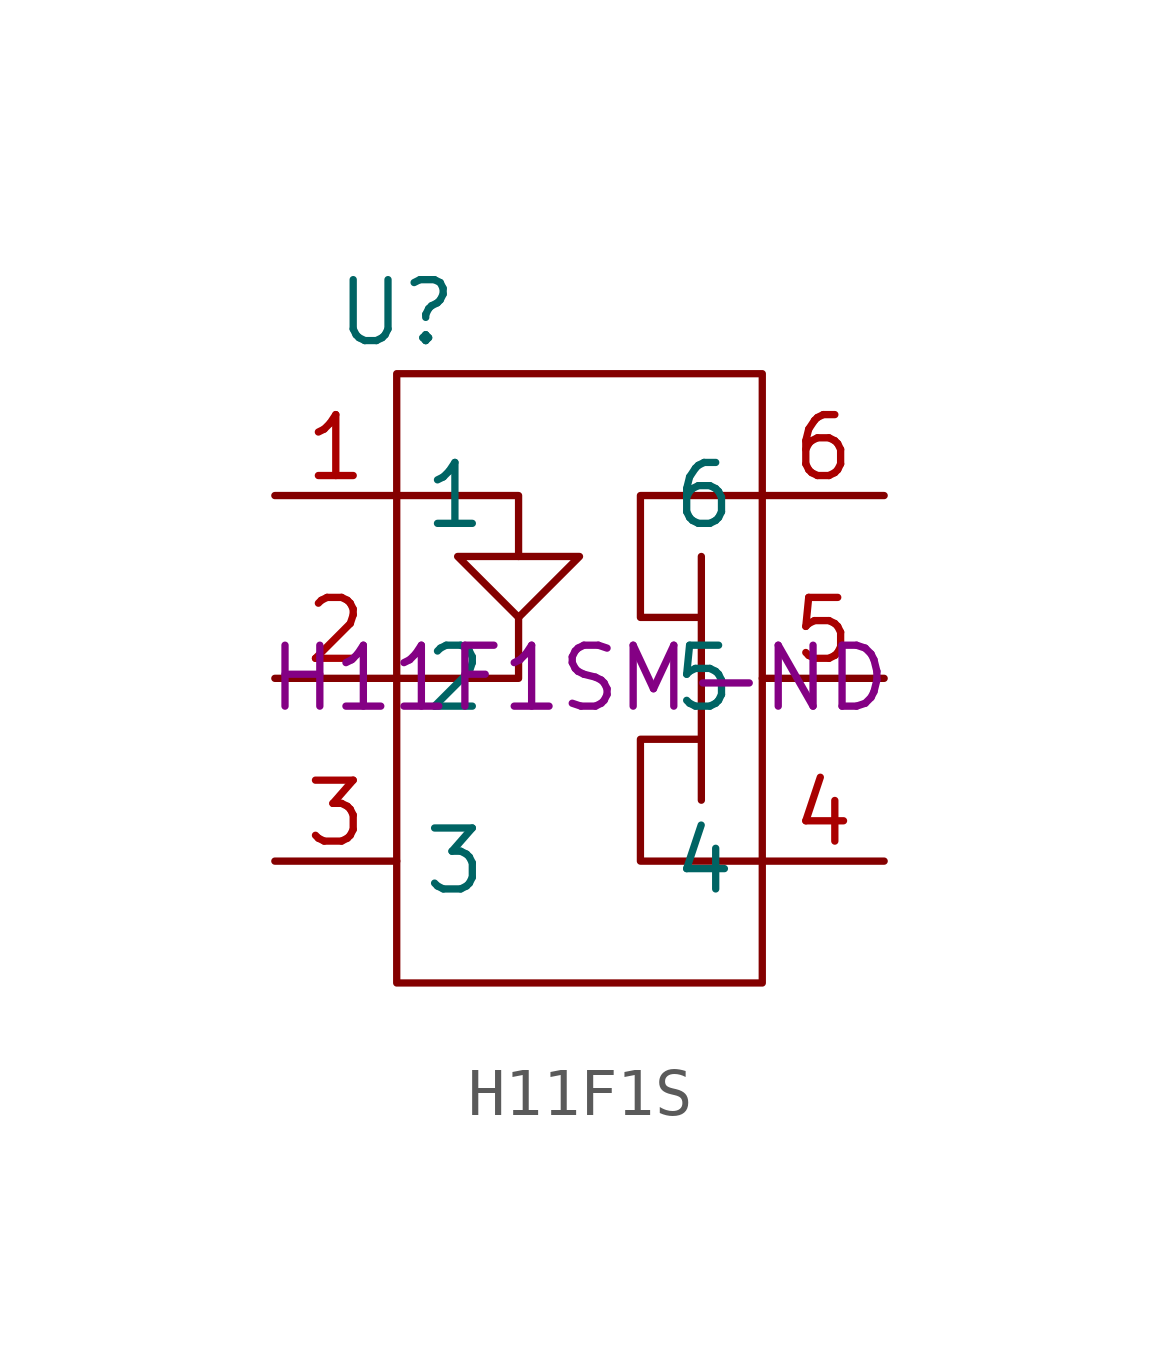
<source format=kicad_sym>
(kicad_symbol_lib
  (version 20220914)
  (generator kicad_symbol_editor)
  (symbol "H11F1S"
    (property "Reference" "U"
      (at -3.81 7.62 0)
      (effects (font (size 1.27 1.27))))
    (property "Value" ""
      (at 0 0 0)
      (effects (font (size 1.27 1.27))))
    (property "Supplier Part Number 1" "H11F1SM-ND"
      (at 0 0 0)
      (effects (font (size 1.27 1.27))))
    (symbol "H11F1S_1_1"
      (rectangle (start -3.81 6.35) (end 3.81 -6.35) (stroke (width 0) (type default)) (fill (type none)))
      (polyline (pts (xy 2.54 2.54) (xy 2.54 -2.54)) (stroke (width 0) (type default)) (fill (type none)))
      (polyline (pts (xy -3.81 0) (xy -1.27 0) (xy -1.27 1.27)) (stroke (width 0) (type default)) (fill (type none)))
      (polyline (pts (xy -3.81 3.81) (xy -1.27 3.81) (xy -1.27 2.54)) (stroke (width 0) (type default)) (fill (type none)))
      (polyline (pts (xy -2.54 2.54) (xy 0 2.54) (xy -1.27 1.27) (xy -2.54 2.54)) (stroke (width 0) (type default)) (fill (type none)))
      (polyline (pts (xy 2.54 -1.27) (xy 1.27 -1.27) (xy 1.27 -3.81) (xy 3.81 -3.81)) (stroke (width 0) (type default)) (fill (type none)))
      (polyline (pts (xy 2.54 1.27) (xy 1.27 1.27) (xy 1.27 3.81) (xy 3.81 3.81)) (stroke (width 0) (type default)) (fill (type none)))
      (pin passive line (at -6.35 3.81 0) (length 2.54) (name "1" (effects (font (size 1.27 1.27)))) (number "1" (effects (font (size 1.27 1.27)))))
      (pin passive line (at -6.35 0 0) (length 2.54) (name "2" (effects (font (size 1.27 1.27)))) (number "2" (effects (font (size 1.27 1.27)))))
      (pin passive line (at -6.35 -3.81 0) (length 2.54) (name "3" (effects (font (size 1.27 1.27)))) (number "3" (effects (font (size 1.27 1.27)))))
      (pin passive line (at 6.35 -3.81 180) (length 2.54) (name "4" (effects (font (size 1.27 1.27)))) (number "4" (effects (font (size 1.27 1.27)))))
      (pin passive line (at 6.35 0 180) (length 2.54) (name "5" (effects (font (size 1.27 1.27)))) (number "5" (effects (font (size 1.27 1.27)))))
      (pin passive line (at 6.35 3.81 180) (length 2.54) (name "6" (effects (font (size 1.27 1.27)))) (number "6" (effects (font (size 1.27 1.27))))))))
</source>
